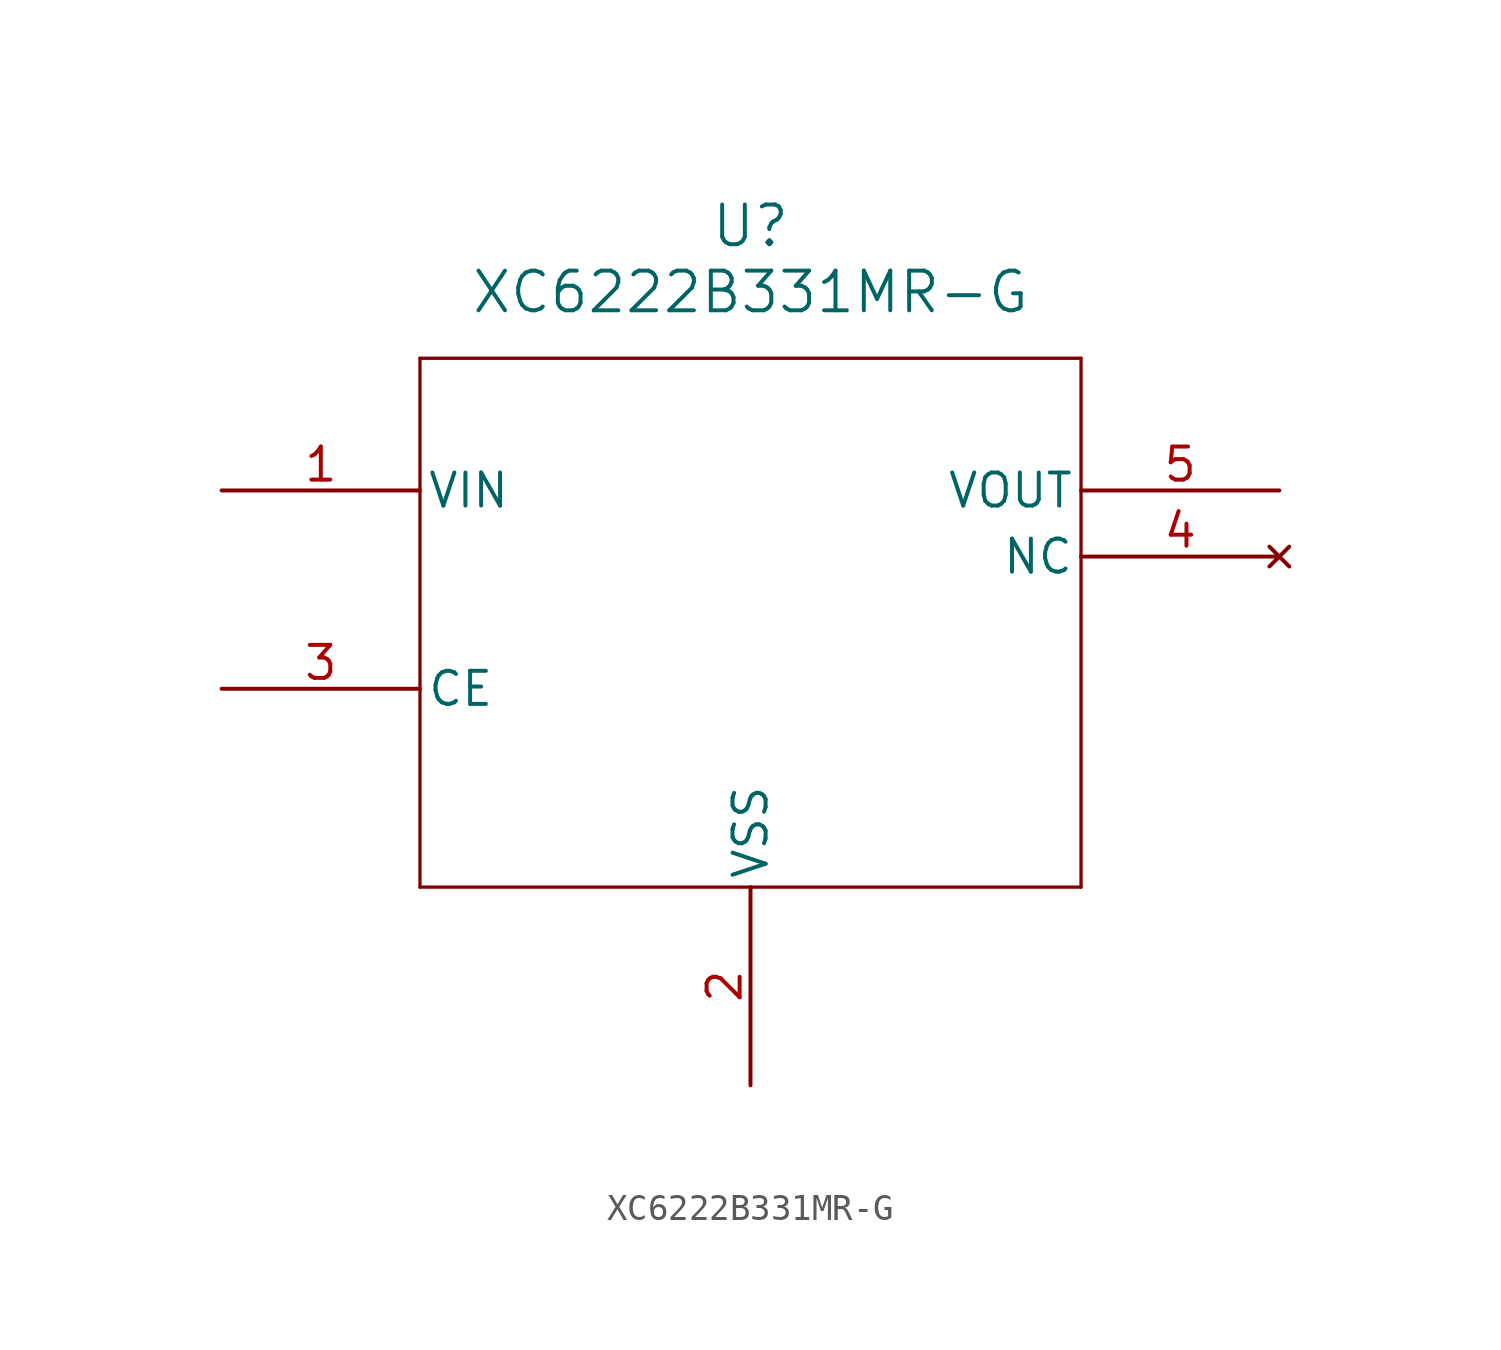
<source format=kicad_sym>
(kicad_symbol_lib
  (version 20211014)
  (generator kicad_symbol_editor)
  (symbol "XC6222B331MR-G"
    (pin_names
      (offset 0.254))
    (property "Reference" "U"
      (at 20.32 10.16 0)
      (effects (font (size 1.524 1.524))))
    (property "Value" "XC6222B331MR-G"
      (at 20.32 7.62 0)
      (effects (font (size 1.524 1.524))))
    (symbol "XC6222B331MR-G_0_1"
      (polyline (pts (xy 7.62 5.08) (xy 7.62 -15.24)) (stroke (width 0.127) (type default) (color 0 0 0 0)) (fill (type none)))
      (polyline (pts (xy 7.62 -15.24) (xy 33.02 -15.24)) (stroke (width 0.127) (type default) (color 0 0 0 0)) (fill (type none)))
      (polyline (pts (xy 33.02 -15.24) (xy 33.02 5.08)) (stroke (width 0.127) (type default) (color 0 0 0 0)) (fill (type none)))
      (polyline (pts (xy 33.02 5.08) (xy 7.62 5.08)) (stroke (width 0.127) (type default) (color 0 0 0 0)) (fill (type none)))
      (pin power_in line (at 0 0 0) (length 7.62) (name "VIN" (effects (font (size 1.27 1.27)))) (number "1" (effects (font (size 1.27 1.27)))))
      (pin power_out line (at 20.32 -22.86 90) (length 7.62) (name "VSS" (effects (font (size 1.27 1.27)))) (number "2" (effects (font (size 1.27 1.27)))))
      (pin unspecified line (at 0 -7.62 0) (length 7.62) (name "CE" (effects (font (size 1.27 1.27)))) (number "3" (effects (font (size 1.27 1.27)))))
      (pin no_connect line (at 40.64 -2.54 180) (length 7.62) (name "NC" (effects (font (size 1.27 1.27)))) (number "4" (effects (font (size 1.27 1.27)))))
      (pin output line (at 40.64 0 180) (length 7.62) (name "VOUT" (effects (font (size 1.27 1.27)))) (number "5" (effects (font (size 1.27 1.27))))))))
</source>
